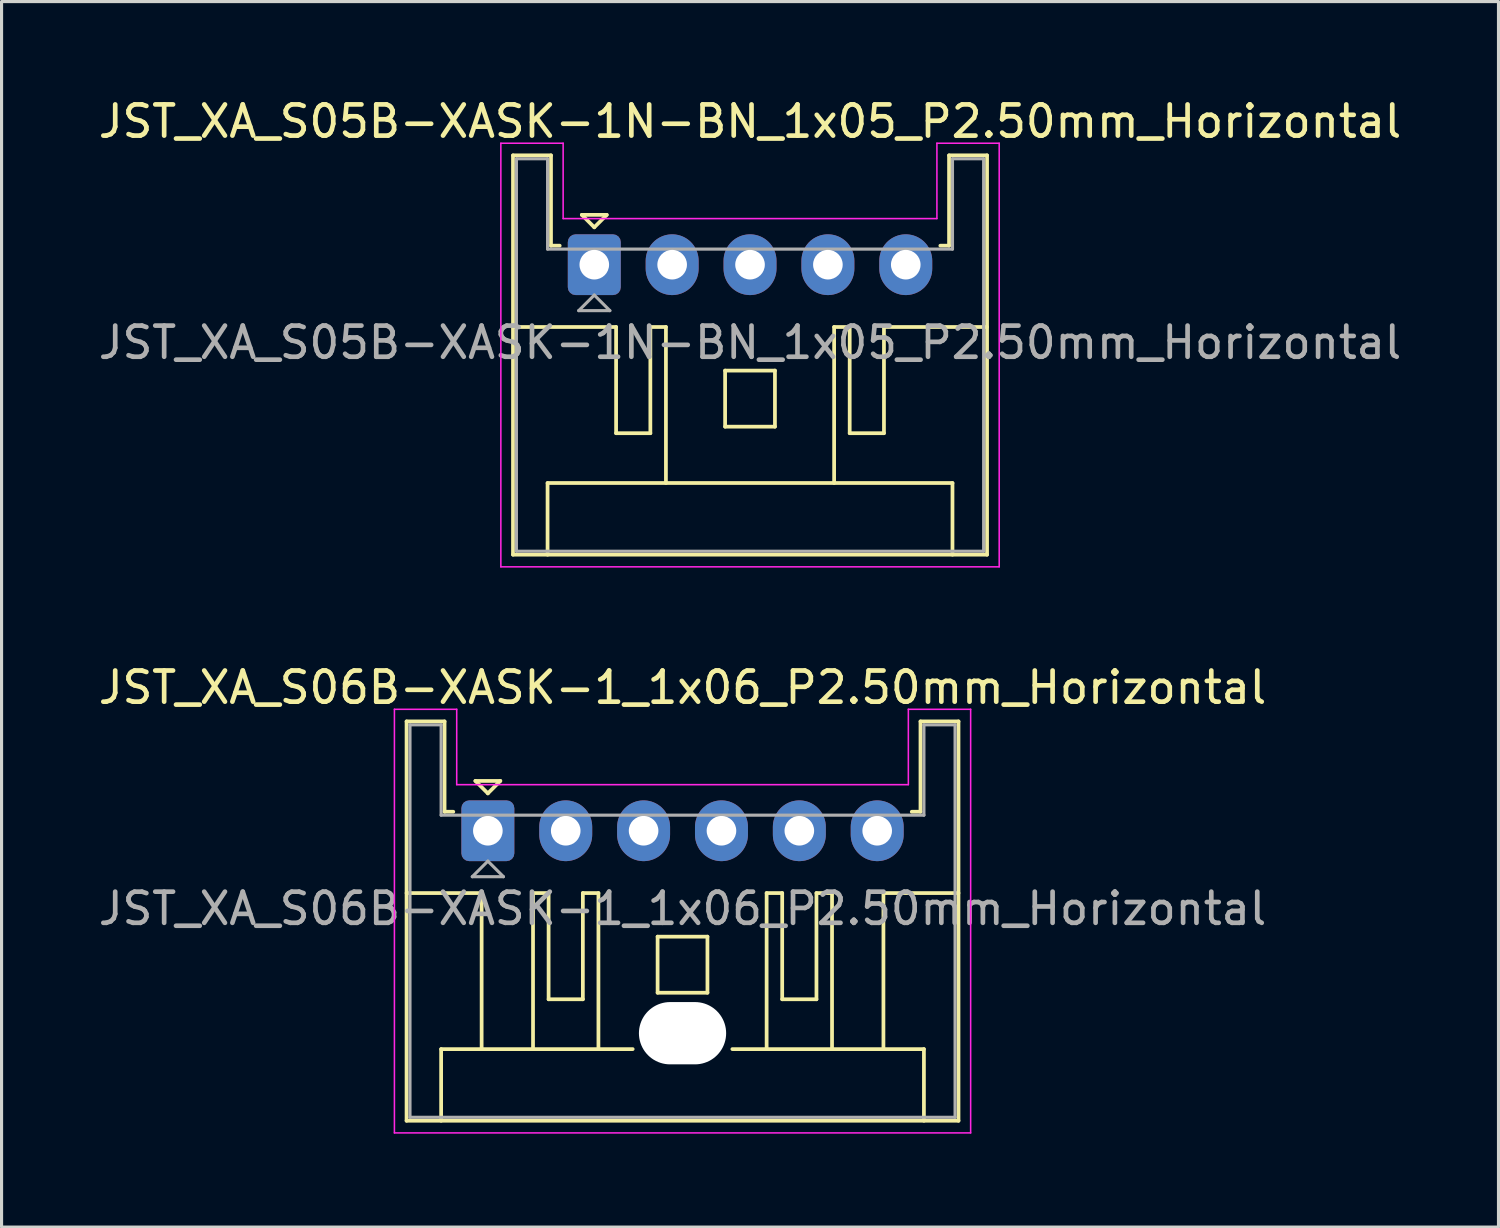
<source format=kicad_pcb>
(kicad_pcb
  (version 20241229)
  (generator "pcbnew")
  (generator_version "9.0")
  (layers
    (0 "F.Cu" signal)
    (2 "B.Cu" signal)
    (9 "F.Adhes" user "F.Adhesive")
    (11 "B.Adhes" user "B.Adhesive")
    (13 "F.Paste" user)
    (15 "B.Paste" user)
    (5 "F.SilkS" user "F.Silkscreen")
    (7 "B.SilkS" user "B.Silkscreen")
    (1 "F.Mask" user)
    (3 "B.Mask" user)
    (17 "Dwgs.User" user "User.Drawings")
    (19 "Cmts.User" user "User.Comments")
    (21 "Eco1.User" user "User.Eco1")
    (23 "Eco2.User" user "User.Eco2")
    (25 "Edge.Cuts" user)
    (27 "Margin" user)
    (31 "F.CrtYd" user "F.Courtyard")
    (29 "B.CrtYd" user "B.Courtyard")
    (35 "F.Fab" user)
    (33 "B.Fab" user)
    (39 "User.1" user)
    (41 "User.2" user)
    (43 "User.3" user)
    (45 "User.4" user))
  (footprint "JST_XA_S05B-XASK-1N-BN_1x05_P2.50mm_Horizontal"
    (layer "F.Cu")
    (at 16.03 5.448)
    (property "Reference" "JST_XA_S05B-XASK-1N-BN_1x05_P2.50mm_Horizontal" (at 5 -4.6 0) (layer "F.SilkS") (effects (font (size 1 1) (thickness 0.15))))
    (attr through_hole)
    (fp_line (start -2.61 -3.51) (end -2.61 9.31) (stroke (width 0.12) (type solid)) (layer "F.SilkS"))
    (fp_line (start -2.61 9.31) (end 12.61 9.31) (stroke (width 0.12) (type solid)) (layer "F.SilkS"))
    (fp_line (start -1.5 7.01) (end 11.5 7.01) (stroke (width 0.12) (type solid)) (layer "F.SilkS"))
    (fp_line (start -1.5 9.31) (end -1.5 7.01) (stroke (width 0.12) (type solid)) (layer "F.SilkS"))
    (fp_line (start -1.39 -3.51) (end -2.61 -3.51) (stroke (width 0.12) (type solid)) (layer "F.SilkS"))
    (fp_line (start -1.39 -0.61) (end -1.39 -3.51) (stroke (width 0.12) (type solid)) (layer "F.SilkS"))
    (fp_line (start -1.11 -0.61) (end -1.39 -0.61) (stroke (width 0.12) (type solid)) (layer "F.SilkS"))
    (fp_line (start -0.4 -1.6) (end 0.4 -1.6) (stroke (width 0.12) (type solid)) (layer "F.SilkS"))
    (fp_line (start 0 -1.2) (end -0.4 -1.6) (stroke (width 0.12) (type solid)) (layer "F.SilkS"))
    (fp_line (start 0.4 -1.6) (end 0 -1.2) (stroke (width 0.12) (type solid)) (layer "F.SilkS"))
    (fp_line (start 0.7 2) (end -2.61 2) (stroke (width 0.12) (type solid)) (layer "F.SilkS"))
    (fp_line (start 0.7 5.41) (end 0.7 2) (stroke (width 0.12) (type solid)) (layer "F.SilkS"))
    (fp_line (start 1.8 2) (end 1.8 5.41) (stroke (width 0.12) (type solid)) (layer "F.SilkS"))
    (fp_line (start 1.8 5.41) (end 0.7 5.41) (stroke (width 0.12) (type solid)) (layer "F.SilkS"))
    (fp_line (start 2.3 2) (end 1.8 2) (stroke (width 0.12) (type solid)) (layer "F.SilkS"))
    (fp_line (start 2.3 7.01) (end 2.3 2) (stroke (width 0.12) (type solid)) (layer "F.SilkS"))
    (fp_line (start 4.2 3.4) (end 5.8 3.4) (stroke (width 0.12) (type solid)) (layer "F.SilkS"))
    (fp_line (start 4.2 5.2) (end 4.2 3.4) (stroke (width 0.12) (type solid)) (layer "F.SilkS"))
    (fp_line (start 5.8 3.4) (end 5.8 5.2) (stroke (width 0.12) (type solid)) (layer "F.SilkS"))
    (fp_line (start 5.8 5.2) (end 4.2 5.2) (stroke (width 0.12) (type solid)) (layer "F.SilkS"))
    (fp_line (start 7.7 2) (end 8.2 2) (stroke (width 0.12) (type solid)) (layer "F.SilkS"))
    (fp_line (start 7.7 7.01) (end 7.7 2) (stroke (width 0.12) (type solid)) (layer "F.SilkS"))
    (fp_line (start 8.2 2) (end 8.2 5.41) (stroke (width 0.12) (type solid)) (layer "F.SilkS"))
    (fp_line (start 8.2 5.41) (end 9.3 5.41) (stroke (width 0.12) (type solid)) (layer "F.SilkS"))
    (fp_line (start 9.3 2) (end 12.61 2) (stroke (width 0.12) (type solid)) (layer "F.SilkS"))
    (fp_line (start 9.3 5.41) (end 9.3 2) (stroke (width 0.12) (type solid)) (layer "F.SilkS"))
    (fp_line (start 11.39 -3.51) (end 11.39 -0.61) (stroke (width 0.12) (type solid)) (layer "F.SilkS"))
    (fp_line (start 11.39 -0.61) (end 11.11 -0.61) (stroke (width 0.12) (type solid)) (layer "F.SilkS"))
    (fp_line (start 11.5 7.01) (end 11.5 9.31) (stroke (width 0.12) (type solid)) (layer "F.SilkS"))
    (fp_line (start 12.61 -3.51) (end 11.39 -3.51) (stroke (width 0.12) (type solid)) (layer "F.SilkS"))
    (fp_line (start 12.61 9.31) (end 12.61 -3.51) (stroke (width 0.12) (type solid)) (layer "F.SilkS"))
    (fp_line (start -3 -3.9) (end -3 9.7) (stroke (width 0.05) (type solid)) (layer "F.CrtYd"))
    (fp_line (start -3 9.7) (end 13 9.7) (stroke (width 0.05) (type solid)) (layer "F.CrtYd"))
    (fp_line (start -1 -3.9) (end -3 -3.9) (stroke (width 0.05) (type solid)) (layer "F.CrtYd"))
    (fp_line (start -1 -1.48) (end -1 -3.9) (stroke (width 0.05) (type solid)) (layer "F.CrtYd"))
    (fp_line (start 11 -3.9) (end 11 -1.48) (stroke (width 0.05) (type solid)) (layer "F.CrtYd"))
    (fp_line (start 11 -1.48) (end -1 -1.48) (stroke (width 0.05) (type solid)) (layer "F.CrtYd"))
    (fp_line (start 13 -3.9) (end 11 -3.9) (stroke (width 0.05) (type solid)) (layer "F.CrtYd"))
    (fp_line (start 13 9.7) (end 13 -3.9) (stroke (width 0.05) (type solid)) (layer "F.CrtYd"))
    (fp_line (start -2.5 -3.4) (end -2.5 9.2) (stroke (width 0.1) (type solid)) (layer "F.Fab"))
    (fp_line (start -2.5 9.2) (end 12.5 9.2) (stroke (width 0.1) (type solid)) (layer "F.Fab"))
    (fp_line (start -1.5 -3.4) (end -2.5 -3.4) (stroke (width 0.1) (type solid)) (layer "F.Fab"))
    (fp_line (start -1.5 -0.5) (end -1.5 -3.4) (stroke (width 0.1) (type solid)) (layer "F.Fab"))
    (fp_line (start -0.5 1.475) (end 0.5 1.475) (stroke (width 0.1) (type solid)) (layer "F.Fab"))
    (fp_line (start 0 0.975) (end -0.5 1.475) (stroke (width 0.1) (type solid)) (layer "F.Fab"))
    (fp_line (start 0.5 1.475) (end 0 0.975) (stroke (width 0.1) (type solid)) (layer "F.Fab"))
    (fp_line (start 11.5 -3.4) (end 11.5 -0.5) (stroke (width 0.1) (type solid)) (layer "F.Fab"))
    (fp_line (start 11.5 -0.5) (end -1.5 -0.5) (stroke (width 0.1) (type solid)) (layer "F.Fab"))
    (fp_line (start 12.5 -3.4) (end 11.5 -3.4) (stroke (width 0.1) (type solid)) (layer "F.Fab"))
    (fp_line (start 12.5 9.2) (end 12.5 -3.4) (stroke (width 0.1) (type solid)) (layer "F.Fab"))
    (fp_text user "${REFERENCE}" (at 5 2.5 0) (layer "F.Fab") (effects (font (size 1 1) (thickness 0.15))))
    (pad "1" thru_hole roundrect (at 0 0) (size 1.7 1.95) (drill 0.95) (layers "*.Cu" "*.Mask") (roundrect_rratio 0.147))
    (pad "2" thru_hole oval (at 2.5 0) (size 1.7 1.95) (drill 0.95) (layers "*.Cu" "*.Mask"))
    (pad "3" thru_hole oval (at 5 0) (size 1.7 1.95) (drill 0.95) (layers "*.Cu" "*.Mask"))
    (pad "4" thru_hole oval (at 7.5 0) (size 1.7 1.95) (drill 0.95) (layers "*.Cu" "*.Mask"))
    (pad "5" thru_hole oval (at 10 0) (size 1.7 1.95) (drill 0.95) (layers "*.Cu" "*.Mask")))
  (footprint "JST_XA_S06B-XASK-1_1x06_P2.50mm_Horizontal"
    (layer "F.Cu")
    (at 12.613 23.622)
    (property "Reference" "JST_XA_S06B-XASK-1_1x06_P2.50mm_Horizontal" (at 6.25 -4.6 0) (layer "F.SilkS") (effects (font (size 1 1) (thickness 0.15))))
    (attr through_hole)
    (fp_line (start -2.61 -3.51) (end -2.61 9.31) (stroke (width 0.12) (type solid)) (layer "F.SilkS"))
    (fp_line (start -2.61 9.31) (end 15.11 9.31) (stroke (width 0.12) (type solid)) (layer "F.SilkS"))
    (fp_line (start -1.5 7.01) (end 4.65 7.01) (stroke (width 0.12) (type solid)) (layer "F.SilkS"))
    (fp_line (start -1.5 9.31) (end -1.5 7.01) (stroke (width 0.12) (type solid)) (layer "F.SilkS"))
    (fp_line (start -1.39 -3.51) (end -2.61 -3.51) (stroke (width 0.12) (type solid)) (layer "F.SilkS"))
    (fp_line (start -1.39 -0.61) (end -1.39 -3.51) (stroke (width 0.12) (type solid)) (layer "F.SilkS"))
    (fp_line (start -1.11 -0.61) (end -1.39 -0.61) (stroke (width 0.12) (type solid)) (layer "F.SilkS"))
    (fp_line (start -0.4 -1.6) (end 0.4 -1.6) (stroke (width 0.12) (type solid)) (layer "F.SilkS"))
    (fp_line (start -0.2 2) (end -2.61 2) (stroke (width 0.12) (type solid)) (layer "F.SilkS"))
    (fp_line (start -0.2 7.01) (end -0.2 2) (stroke (width 0.12) (type solid)) (layer "F.SilkS"))
    (fp_line (start 0 -1.2) (end -0.4 -1.6) (stroke (width 0.12) (type solid)) (layer "F.SilkS"))
    (fp_line (start 0.4 -1.6) (end 0 -1.2) (stroke (width 0.12) (type solid)) (layer "F.SilkS"))
    (fp_line (start 1.45 2) (end 1.45 7.01) (stroke (width 0.12) (type solid)) (layer "F.SilkS"))
    (fp_line (start 1.95 2) (end 1.45 2) (stroke (width 0.12) (type solid)) (layer "F.SilkS"))
    (fp_line (start 1.95 5.41) (end 1.95 2) (stroke (width 0.12) (type solid)) (layer "F.SilkS"))
    (fp_line (start 3.05 2) (end 3.05 5.41) (stroke (width 0.12) (type solid)) (layer "F.SilkS"))
    (fp_line (start 3.05 5.41) (end 1.95 5.41) (stroke (width 0.12) (type solid)) (layer "F.SilkS"))
    (fp_line (start 3.55 2) (end 3.05 2) (stroke (width 0.12) (type solid)) (layer "F.SilkS"))
    (fp_line (start 3.55 7.01) (end 3.55 2) (stroke (width 0.12) (type solid)) (layer "F.SilkS"))
    (fp_line (start 5.45 3.4) (end 7.05 3.4) (stroke (width 0.12) (type solid)) (layer "F.SilkS"))
    (fp_line (start 5.45 5.2) (end 5.45 3.4) (stroke (width 0.12) (type solid)) (layer "F.SilkS"))
    (fp_line (start 7.05 3.4) (end 7.05 5.2) (stroke (width 0.12) (type solid)) (layer "F.SilkS"))
    (fp_line (start 7.05 5.2) (end 5.45 5.2) (stroke (width 0.12) (type solid)) (layer "F.SilkS"))
    (fp_line (start 7.85 7.01) (end 14 7.01) (stroke (width 0.12) (type solid)) (layer "F.SilkS"))
    (fp_line (start 8.95 2) (end 9.45 2) (stroke (width 0.12) (type solid)) (layer "F.SilkS"))
    (fp_line (start 8.95 7.01) (end 8.95 2) (stroke (width 0.12) (type solid)) (layer "F.SilkS"))
    (fp_line (start 9.45 2) (end 9.45 5.41) (stroke (width 0.12) (type solid)) (layer "F.SilkS"))
    (fp_line (start 9.45 5.41) (end 10.55 5.41) (stroke (width 0.12) (type solid)) (layer "F.SilkS"))
    (fp_line (start 10.55 2) (end 11.05 2) (stroke (width 0.12) (type solid)) (layer "F.SilkS"))
    (fp_line (start 10.55 5.41) (end 10.55 2) (stroke (width 0.12) (type solid)) (layer "F.SilkS"))
    (fp_line (start 11.05 2) (end 11.05 7.01) (stroke (width 0.12) (type solid)) (layer "F.SilkS"))
    (fp_line (start 12.7 2) (end 15.11 2) (stroke (width 0.12) (type solid)) (layer "F.SilkS"))
    (fp_line (start 12.7 7.01) (end 12.7 2) (stroke (width 0.12) (type solid)) (layer "F.SilkS"))
    (fp_line (start 13.89 -3.51) (end 13.89 -0.61) (stroke (width 0.12) (type solid)) (layer "F.SilkS"))
    (fp_line (start 13.89 -0.61) (end 13.61 -0.61) (stroke (width 0.12) (type solid)) (layer "F.SilkS"))
    (fp_line (start 14 7.01) (end 14 9.31) (stroke (width 0.12) (type solid)) (layer "F.SilkS"))
    (fp_line (start 15.11 -3.51) (end 13.89 -3.51) (stroke (width 0.12) (type solid)) (layer "F.SilkS"))
    (fp_line (start 15.11 9.31) (end 15.11 -3.51) (stroke (width 0.12) (type solid)) (layer "F.SilkS"))
    (fp_line (start -3 -3.9) (end -3 9.7) (stroke (width 0.05) (type solid)) (layer "F.CrtYd"))
    (fp_line (start -3 9.7) (end 15.5 9.7) (stroke (width 0.05) (type solid)) (layer "F.CrtYd"))
    (fp_line (start -1 -3.9) (end -3 -3.9) (stroke (width 0.05) (type solid)) (layer "F.CrtYd"))
    (fp_line (start -1 -1.48) (end -1 -3.9) (stroke (width 0.05) (type solid)) (layer "F.CrtYd"))
    (fp_line (start 13.5 -3.9) (end 13.5 -1.48) (stroke (width 0.05) (type solid)) (layer "F.CrtYd"))
    (fp_line (start 13.5 -1.48) (end -1 -1.48) (stroke (width 0.05) (type solid)) (layer "F.CrtYd"))
    (fp_line (start 15.5 -3.9) (end 13.5 -3.9) (stroke (width 0.05) (type solid)) (layer "F.CrtYd"))
    (fp_line (start 15.5 9.7) (end 15.5 -3.9) (stroke (width 0.05) (type solid)) (layer "F.CrtYd"))
    (fp_line (start -2.5 -3.4) (end -2.5 9.2) (stroke (width 0.1) (type solid)) (layer "F.Fab"))
    (fp_line (start -2.5 9.2) (end 15 9.2) (stroke (width 0.1) (type solid)) (layer "F.Fab"))
    (fp_line (start -1.5 -3.4) (end -2.5 -3.4) (stroke (width 0.1) (type solid)) (layer "F.Fab"))
    (fp_line (start -1.5 -0.5) (end -1.5 -3.4) (stroke (width 0.1) (type solid)) (layer "F.Fab"))
    (fp_line (start -0.5 1.475) (end 0.5 1.475) (stroke (width 0.1) (type solid)) (layer "F.Fab"))
    (fp_line (start 0 0.975) (end -0.5 1.475) (stroke (width 0.1) (type solid)) (layer "F.Fab"))
    (fp_line (start 0.5 1.475) (end 0 0.975) (stroke (width 0.1) (type solid)) (layer "F.Fab"))
    (fp_line (start 14 -3.4) (end 14 -0.5) (stroke (width 0.1) (type solid)) (layer "F.Fab"))
    (fp_line (start 14 -0.5) (end -1.5 -0.5) (stroke (width 0.1) (type solid)) (layer "F.Fab"))
    (fp_line (start 15 -3.4) (end 14 -3.4) (stroke (width 0.1) (type solid)) (layer "F.Fab"))
    (fp_line (start 15 9.2) (end 15 -3.4) (stroke (width 0.1) (type solid)) (layer "F.Fab"))
    (fp_text user "${REFERENCE}" (at 6.25 2.5 0) (layer "F.Fab") (effects (font (size 1 1) (thickness 0.15))))
    (pad "" np_thru_hole oval (at 6.25 6.5) (size 2.8 2) (drill oval 2.8 2) (layers "*.Cu" "*.Mask"))
    (pad "1" thru_hole roundrect (at 0 0) (size 1.7 1.95) (drill 0.95) (layers "*.Cu" "*.Mask") (roundrect_rratio 0.147))
    (pad "2" thru_hole oval (at 2.5 0) (size 1.7 1.95) (drill 0.95) (layers "*.Cu" "*.Mask"))
    (pad "3" thru_hole oval (at 5 0) (size 1.7 1.95) (drill 0.95) (layers "*.Cu" "*.Mask"))
    (pad "4" thru_hole oval (at 7.5 0) (size 1.7 1.95) (drill 0.95) (layers "*.Cu" "*.Mask"))
    (pad "5" thru_hole oval (at 10 0) (size 1.7 1.95) (drill 0.95) (layers "*.Cu" "*.Mask"))
    (pad "6" thru_hole oval (at 12.5 0) (size 1.7 1.95) (drill 0.95) (layers "*.Cu" "*.Mask")))
  (gr_rect
    (start -3 -3)
    (end 45.06 36.346)
    (stroke (width 0.1) (type default))
    (fill no)
    (layer "Edge.Cuts")))
</source>
